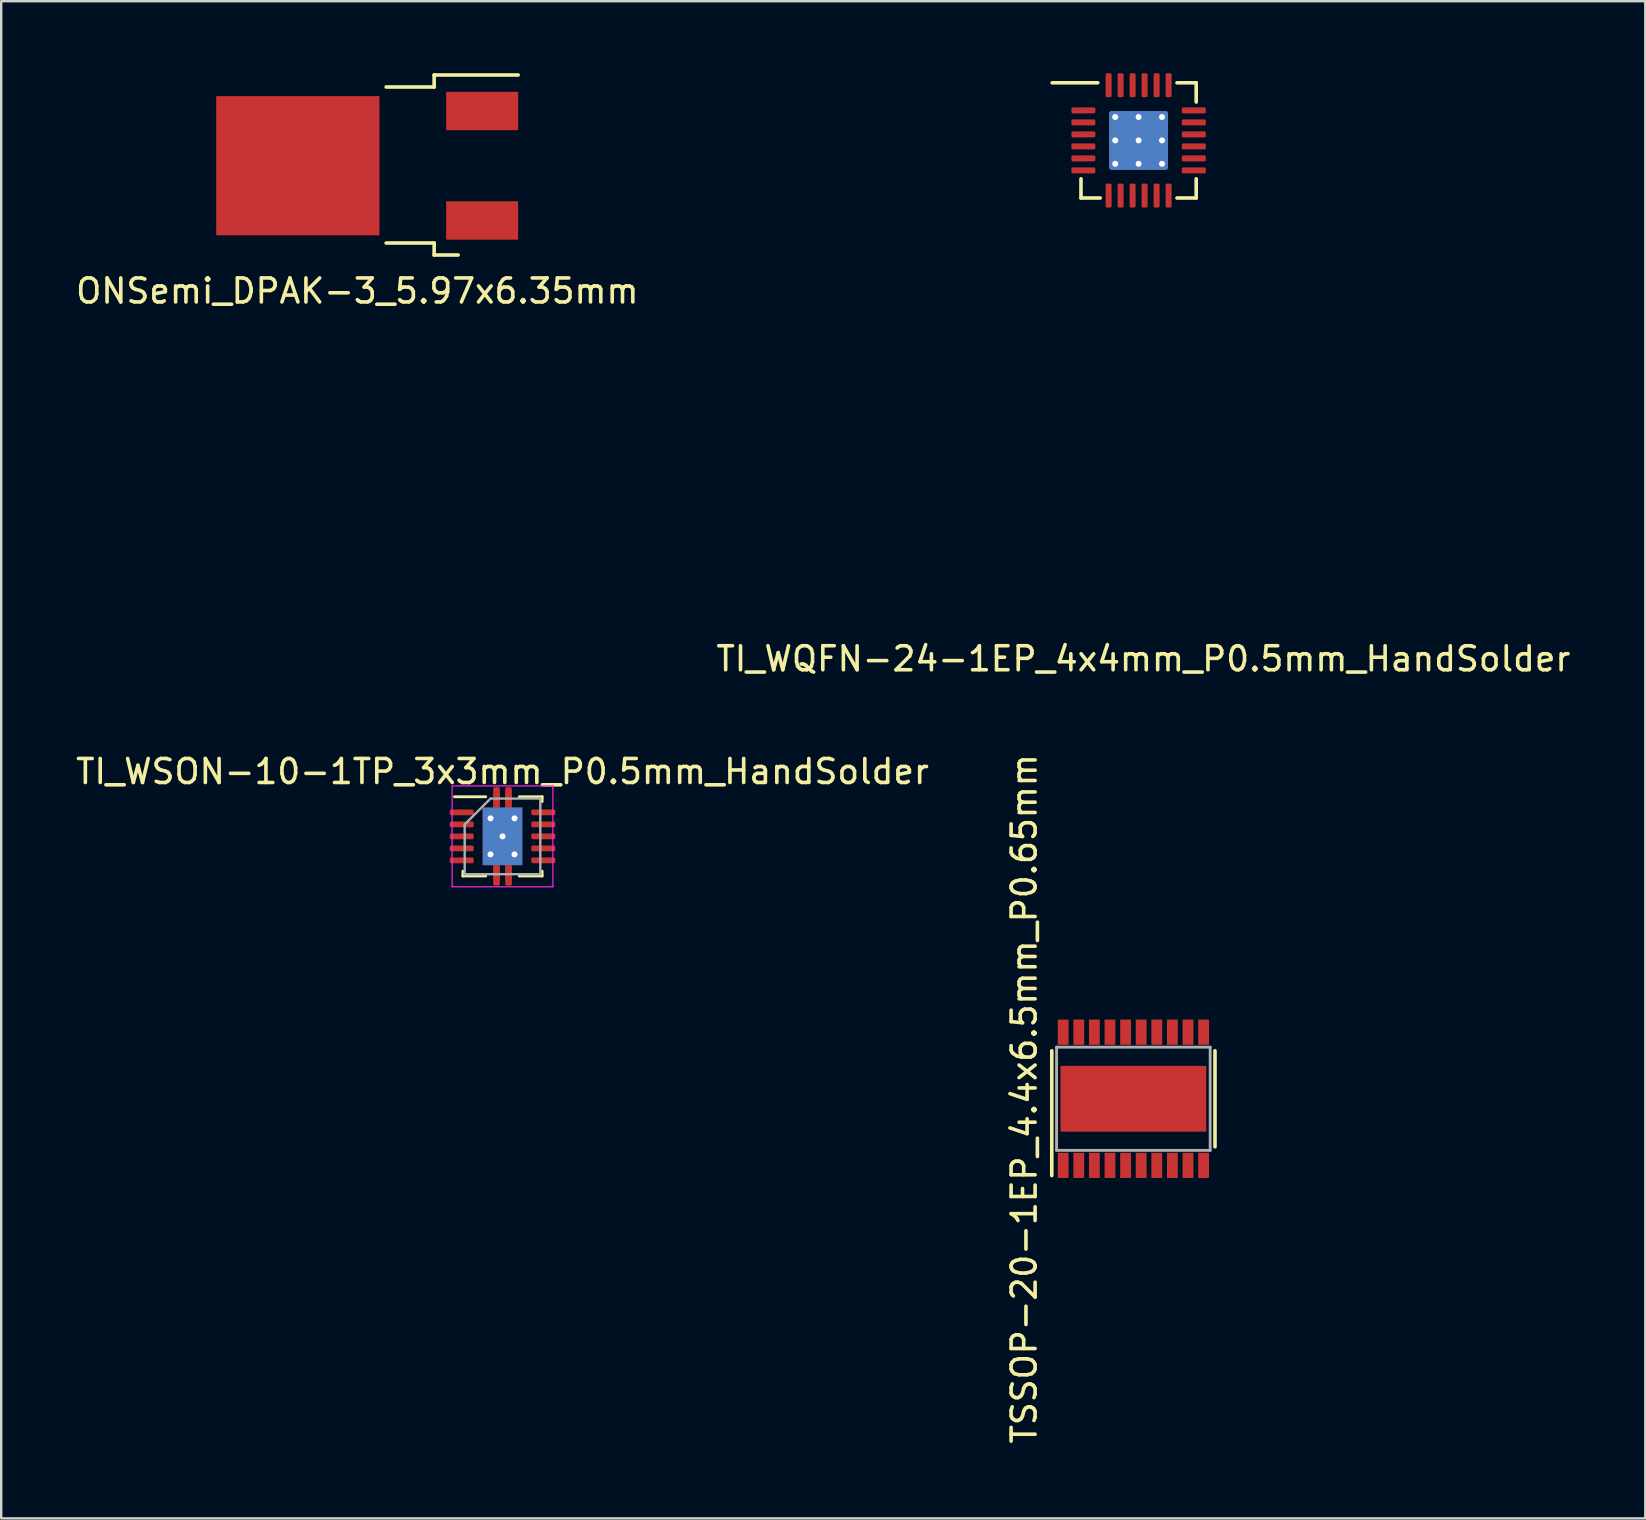
<source format=kicad_pcb>
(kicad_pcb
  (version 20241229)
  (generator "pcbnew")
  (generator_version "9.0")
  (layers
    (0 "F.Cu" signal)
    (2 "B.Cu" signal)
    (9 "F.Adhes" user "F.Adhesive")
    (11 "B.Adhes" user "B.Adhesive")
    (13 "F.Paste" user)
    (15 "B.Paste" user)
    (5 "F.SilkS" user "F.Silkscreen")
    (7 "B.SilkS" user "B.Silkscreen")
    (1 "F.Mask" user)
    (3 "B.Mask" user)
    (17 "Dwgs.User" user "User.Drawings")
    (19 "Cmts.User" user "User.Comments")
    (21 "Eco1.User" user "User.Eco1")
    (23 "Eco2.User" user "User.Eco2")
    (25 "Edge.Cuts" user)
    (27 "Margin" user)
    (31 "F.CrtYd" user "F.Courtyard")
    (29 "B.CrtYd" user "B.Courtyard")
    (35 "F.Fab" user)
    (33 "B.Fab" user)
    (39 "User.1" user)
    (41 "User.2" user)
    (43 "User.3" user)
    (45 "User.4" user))
  (footprint "ONSemi_DPAK-3_5.97x6.35mm"
    (layer "F.Cu")
    (at 17.039 1.575)
    (property "Reference" "ONSemi_DPAK-3_5.97x6.35mm" (at -5.2 7.5 0) (layer "F.SilkS") (effects (font (size 1 1) (thickness 0.15))))
    (attr through_hole)
    (fp_line (start -4 5.5) (end -2 5.5) (stroke (width 0.15) (type solid)) (layer "F.SilkS"))
    (fp_line (start -2 -1.5) (end -2 -1) (stroke (width 0.15) (type solid)) (layer "F.SilkS"))
    (fp_line (start -2 -1) (end -4 -1) (stroke (width 0.15) (type solid)) (layer "F.SilkS"))
    (fp_line (start -2 5.5) (end -2 6) (stroke (width 0.15) (type solid)) (layer "F.SilkS"))
    (fp_line (start -2 6) (end -1 6) (stroke (width 0.15) (type solid)) (layer "F.SilkS"))
    (fp_line (start 1.5 -1.5) (end -2 -1.5) (stroke (width 0.15) (type solid)) (layer "F.SilkS"))
    (pad "1" smd rect (at 0 0) (size 3 1.6) (layers "F.Cu" "F.Mask" "F.Paste"))
    (pad "2" smd rect (at -6 4) (size 3 1.6) (layers "F.Cu" "F.Mask" "F.Paste"))
    (pad "3" smd rect (at 0 4.56) (size 3 1.6) (layers "F.Cu" "F.Mask" "F.Paste"))
    (pad "4" smd rect (at -7.68 2.28) (size 6.8 5.8) (layers "F.Cu" "F.Mask" "F.Paste")))
  (footprint "TI_WQFN-24-1EP_4x4mm_P0.5mm_HandSolder"
    (layer "F.Cu")
    (at 44.389 2.8)
    (property "Reference" "TI_WQFN-24-1EP_4x4mm_P0.5mm_HandSolder" (at 0.2 21.6 0) (layer "F.SilkS") (effects (font (size 1 1) (thickness 0.15))))
    (attr through_hole)
    (fp_line (start -2.4 1.6) (end -2.4 2.4) (stroke (width 0.15) (type solid)) (layer "F.SilkS"))
    (fp_line (start -2.4 2.4) (end -1.6 2.4) (stroke (width 0.15) (type solid)) (layer "F.SilkS"))
    (fp_line (start -1.7 -2.4) (end -3.6 -2.4) (stroke (width 0.15) (type solid)) (layer "F.SilkS"))
    (fp_line (start 1.6 2.4) (end 2.4 2.4) (stroke (width 0.15) (type solid)) (layer "F.SilkS"))
    (fp_line (start 2.4 -2.4) (end 1.6 -2.4) (stroke (width 0.15) (type solid)) (layer "F.SilkS"))
    (fp_line (start 2.4 -1.6) (end 2.4 -2.4) (stroke (width 0.15) (type solid)) (layer "F.SilkS"))
    (fp_line (start 2.4 2.4) (end 2.4 1.6) (stroke (width 0.15) (type solid)) (layer "F.SilkS"))
    (pad "1" smd roundrect (at -2.3 -1.25) (size 1 0.25) (layers "F.Cu" "F.Mask" "F.Paste") (roundrect_rratio 0.25))
    (pad "2" smd roundrect (at -2.3 -0.75) (size 1 0.25) (layers "F.Cu" "F.Mask" "F.Paste") (roundrect_rratio 0.25))
    (pad "3" smd roundrect (at -2.3 -0.25) (size 1 0.25) (layers "F.Cu" "F.Mask" "F.Paste") (roundrect_rratio 0.25))
    (pad "4" smd roundrect (at -2.3 0.25) (size 1 0.25) (layers "F.Cu" "F.Mask" "F.Paste") (roundrect_rratio 0.25))
    (pad "5" smd roundrect (at -2.3 0.75) (size 1 0.25) (layers "F.Cu" "F.Mask" "F.Paste") (roundrect_rratio 0.25))
    (pad "6" smd roundrect (at -2.3 1.25) (size 1 0.25) (layers "F.Cu" "F.Mask" "F.Paste") (roundrect_rratio 0.25))
    (pad "7" smd roundrect (at -1.25 2.3 90) (size 1 0.25) (layers "F.Cu" "F.Mask" "F.Paste") (roundrect_rratio 0.25))
    (pad "8" smd roundrect (at -0.75 2.3 90) (size 1 0.25) (layers "F.Cu" "F.Mask" "F.Paste") (roundrect_rratio 0.25))
    (pad "9" smd roundrect (at -0.25 2.3 90) (size 1 0.25) (layers "F.Cu" "F.Mask" "F.Paste") (roundrect_rratio 0.25))
    (pad "10" smd roundrect (at 0.25 2.3 90) (size 1 0.25) (layers "F.Cu" "F.Mask" "F.Paste") (roundrect_rratio 0.25))
    (pad "11" smd roundrect (at 0.75 2.3 90) (size 1 0.25) (layers "F.Cu" "F.Mask" "F.Paste") (roundrect_rratio 0.25))
    (pad "12" smd roundrect (at 1.25 2.3 90) (size 1 0.25) (layers "F.Cu" "F.Mask" "F.Paste") (roundrect_rratio 0.25))
    (pad "13" smd roundrect (at 2.3 1.25) (size 1 0.25) (layers "F.Cu" "F.Mask" "F.Paste") (roundrect_rratio 0.25))
    (pad "14" smd roundrect (at 2.3 0.75) (size 1 0.25) (layers "F.Cu" "F.Mask" "F.Paste") (roundrect_rratio 0.25))
    (pad "15" smd roundrect (at 2.3 0.25) (size 1 0.25) (layers "F.Cu" "F.Mask" "F.Paste") (roundrect_rratio 0.25))
    (pad "16" smd roundrect (at 2.3 -0.25) (size 1 0.25) (layers "F.Cu" "F.Mask" "F.Paste") (roundrect_rratio 0.25))
    (pad "17" smd roundrect (at 2.3 -0.75) (size 1 0.25) (layers "F.Cu" "F.Mask" "F.Paste") (roundrect_rratio 0.25))
    (pad "18" smd roundrect (at 2.3 -1.25) (size 1 0.25) (layers "F.Cu" "F.Mask" "F.Paste") (roundrect_rratio 0.25))
    (pad "19" smd roundrect (at 1.25 -2.3 90) (size 1 0.25) (layers "F.Cu" "F.Mask" "F.Paste") (roundrect_rratio 0.25))
    (pad "20" smd roundrect (at 0.75 -2.3 90) (size 1 0.25) (layers "F.Cu" "F.Mask" "F.Paste") (roundrect_rratio 0.25))
    (pad "21" smd roundrect (at 0.25 -2.3 90) (size 1 0.25) (layers "F.Cu" "F.Mask" "F.Paste") (roundrect_rratio 0.25))
    (pad "22" smd roundrect (at -0.25 -2.3 90) (size 1 0.25) (layers "F.Cu" "F.Mask" "F.Paste") (roundrect_rratio 0.25))
    (pad "23" smd roundrect (at -0.75 -2.3 90) (size 1 0.25) (layers "F.Cu" "F.Mask" "F.Paste") (roundrect_rratio 0.25))
    (pad "24" smd roundrect (at -1.25 -2.3 90) (size 1 0.25) (layers "F.Cu" "F.Mask" "F.Paste") (roundrect_rratio 0.25))
    (pad "25" thru_hole circle (at -0.975 -0.975 90) (size 0.5 0.5) (drill 0.25) (layers "*.Cu" "*.Mask"))
    (pad "25" thru_hole circle (at -0.975 0 90) (size 0.5 0.5) (drill 0.25) (layers "*.Cu" "*.Mask"))
    (pad "25" thru_hole circle (at -0.975 0.975 90) (size 0.5 0.5) (drill 0.25) (layers "*.Cu" "*.Mask"))
    (pad "25" smd roundrect (at -0.6 -0.6 90) (size 1 1) (layers "F.Cu" "F.Mask" "F.Paste") (roundrect_rratio 0.041))
    (pad "25" smd roundrect (at -0.6 0.6 90) (size 1 1) (layers "F.Cu" "F.Mask" "F.Paste") (roundrect_rratio 0.041))
    (pad "25" thru_hole circle (at 0 -0.975 90) (size 0.5 0.5) (drill 0.25) (layers "*.Cu" "*.Mask"))
    (pad "25" thru_hole circle (at 0 0 90) (size 0.5 0.5) (drill 0.25) (layers "*.Cu" "*.Mask"))
    (pad "25" smd roundrect (at 0 0 90) (size 2.45 2.45) (layers "F.Cu" "F.Mask") (roundrect_rratio 0.041))
    (pad "25" smd roundrect (at 0 0 90) (size 2.45 2.45) (layers "B.Cu" "B.Mask") (roundrect_rratio 0.041))
    (pad "25" thru_hole circle (at 0 0.975 90) (size 0.5 0.5) (drill 0.25) (layers "*.Cu" "*.Mask"))
    (pad "25" smd roundrect (at 0.6 -0.6 90) (size 1 1) (layers "F.Cu" "F.Mask" "F.Paste") (roundrect_rratio 0.041))
    (pad "25" smd roundrect (at 0.6 0.6 90) (size 1 1) (layers "F.Cu" "F.Mask" "F.Paste") (roundrect_rratio 0.041))
    (pad "25" thru_hole circle (at 0.975 -0.975 90) (size 0.5 0.5) (drill 0.25) (layers "*.Cu" "*.Mask"))
    (pad "25" thru_hole circle (at 0.975 0 90) (size 0.5 0.5) (drill 0.25) (layers "*.Cu" "*.Mask"))
    (pad "25" thru_hole circle (at 0.975 0.975 90) (size 0.5 0.5) (drill 0.25) (layers "*.Cu" "*.Mask")))
  (footprint "TSSOP-20-1EP_4.4x6.5mm_P0.65mm"
    (layer "F.Cu")
    (at 44.172 42.73)
    (property "Reference" "TSSOP-20-1EP_4.4x6.5mm_P0.65mm" (at -4.55 0 90) (layer "F.SilkS") (effects (font (size 1 1) (thickness 0.15))))
    (attr through_hole)
    (fp_line (start -3.4 3.2) (end -3.4 -2) (stroke (width 0.15) (type solid)) (layer "F.SilkS"))
    (fp_line (start 3.4 -2) (end 3.4 2) (stroke (width 0.15) (type solid)) (layer "F.SilkS"))
    (fp_line (start -3.2 -2.15) (end 3.2 -2.15) (stroke (width 0.12) (type solid)) (layer "F.Fab"))
    (fp_line (start -3.2 2.15) (end -3.2 -2.15) (stroke (width 0.12) (type solid)) (layer "F.Fab"))
    (fp_line (start 3.2 -2.15) (end 3.2 2.15) (stroke (width 0.12) (type solid)) (layer "F.Fab"))
    (fp_line (start 3.2 2.15) (end -3.2 2.15) (stroke (width 0.12) (type solid)) (layer "F.Fab"))
    (pad "1" smd rect (at -2.925 2.775) (size 0.45 1.05) (layers "F.Cu" "F.Mask" "F.Paste"))
    (pad "2" smd rect (at -2.275 2.775) (size 0.45 1.05) (layers "F.Cu" "F.Mask" "F.Paste"))
    (pad "3" smd rect (at -1.625 2.775) (size 0.45 1.05) (layers "F.Cu" "F.Mask" "F.Paste"))
    (pad "4" smd rect (at -0.975 2.775) (size 0.45 1.05) (layers "F.Cu" "F.Mask" "F.Paste"))
    (pad "5" smd rect (at -0.325 2.775) (size 0.45 1.05) (layers "F.Cu" "F.Mask" "F.Paste"))
    (pad "6" smd rect (at 0.325 2.775) (size 0.45 1.05) (layers "F.Cu" "F.Mask" "F.Paste"))
    (pad "7" smd rect (at 0.975 2.775) (size 0.45 1.05) (layers "F.Cu" "F.Mask" "F.Paste"))
    (pad "8" smd rect (at 1.625 2.775) (size 0.45 1.05) (layers "F.Cu" "F.Mask" "F.Paste"))
    (pad "9" smd rect (at 2.275 2.775) (size 0.45 1.05) (layers "F.Cu" "F.Mask" "F.Paste"))
    (pad "10" smd rect (at 2.925 2.775) (size 0.45 1.05) (layers "F.Cu" "F.Mask" "F.Paste"))
    (pad "11" smd rect (at 2.925 -2.775) (size 0.45 1.05) (layers "F.Cu" "F.Mask" "F.Paste"))
    (pad "12" smd rect (at 2.275 -2.775) (size 0.45 1.05) (layers "F.Cu" "F.Mask" "F.Paste"))
    (pad "13" smd rect (at 1.625 -2.775) (size 0.45 1.05) (layers "F.Cu" "F.Mask" "F.Paste"))
    (pad "14" smd rect (at 0.975 -2.775) (size 0.45 1.05) (layers "F.Cu" "F.Mask" "F.Paste"))
    (pad "15" smd rect (at 0.325 -2.775) (size 0.45 1.05) (layers "F.Cu" "F.Mask" "F.Paste"))
    (pad "16" smd rect (at -0.325 -2.775) (size 0.45 1.05) (layers "F.Cu" "F.Mask" "F.Paste"))
    (pad "17" smd rect (at -0.975 -2.775) (size 0.45 1.05) (layers "F.Cu" "F.Mask" "F.Paste"))
    (pad "18" smd rect (at -1.625 -2.775) (size 0.45 1.05) (layers "F.Cu" "F.Mask" "F.Paste"))
    (pad "19" smd rect (at -2.275 -2.775) (size 0.45 1.05) (layers "F.Cu" "F.Mask" "F.Paste"))
    (pad "20" smd rect (at -2.925 -2.775) (size 0.45 1.05) (layers "F.Cu" "F.Mask" "F.Paste"))
    (pad "21" smd rect (at 0 0) (size 6.07 2.74) (layers "F.Cu" "F.Mask" "F.Paste")))
  (footprint "TI_WSON-10-1TP_3x3mm_P0.5mm_HandSolder"
    (layer "F.Cu")
    (at 17.887 31.797)
    (property "Reference" "TI_WSON-10-1TP_3x3mm_P0.5mm_HandSolder" (at 0 -2.7 0) (layer "F.SilkS") (effects (font (size 1 1) (thickness 0.15))))
    (attr through_hole)
    (fp_line (start -2 -1.65) (end -0.7 -1.65) (stroke (width 0.12) (type solid)) (layer "F.SilkS"))
    (fp_line (start -1.65 1.65) (end -1.65 1.45) (stroke (width 0.12) (type solid)) (layer "F.SilkS"))
    (fp_line (start -1.65 1.65) (end -0.7 1.65) (stroke (width 0.12) (type solid)) (layer "F.SilkS"))
    (fp_line (start 0.7 -1.65) (end 1.65 -1.65) (stroke (width 0.12) (type solid)) (layer "F.SilkS"))
    (fp_line (start 0.7 1.65) (end 1.65 1.65) (stroke (width 0.12) (type solid)) (layer "F.SilkS"))
    (fp_line (start 1.65 -1.45) (end 1.65 -1.65) (stroke (width 0.12) (type solid)) (layer "F.SilkS"))
    (fp_line (start 1.65 1.45) (end 1.65 1.65) (stroke (width 0.12) (type solid)) (layer "F.SilkS"))
    (fp_line (start -2.1 -2.1) (end -2.1 2.1) (stroke (width 0.05) (type solid)) (layer "F.CrtYd"))
    (fp_line (start -2.1 -2.1) (end 2.1 -2.1) (stroke (width 0.05) (type solid)) (layer "F.CrtYd"))
    (fp_line (start -2.1 2.1) (end 2.1 2.1) (stroke (width 0.05) (type solid)) (layer "F.CrtYd"))
    (fp_line (start 2.1 -2.1) (end 2.1 2.1) (stroke (width 0.05) (type solid)) (layer "F.CrtYd"))
    (fp_line (start -1.575 1.575) (end -1.575 -0.5) (stroke (width 0.1) (type solid)) (layer "F.Fab"))
    (fp_line (start -0.5 -1.575) (end -1.575 -0.5) (stroke (width 0.1) (type solid)) (layer "F.Fab"))
    (fp_line (start -0.5 -1.575) (end 1.575 -1.575) (stroke (width 0.1) (type solid)) (layer "F.Fab"))
    (fp_line (start 1.575 -1.575) (end 1.575 1.575) (stroke (width 0.1) (type solid)) (layer "F.Fab"))
    (fp_line (start 1.575 1.575) (end -1.575 1.575) (stroke (width 0.1) (type solid)) (layer "F.Fab"))
    (pad "1" smd roundrect (at -1.7 -1) (size 1 0.24) (layers "F.Cu" "F.Mask" "F.Paste") (roundrect_rratio 0.25))
    (pad "2" smd roundrect (at -1.7 -0.5) (size 1 0.24) (layers "F.Cu" "F.Mask" "F.Paste") (roundrect_rratio 0.25))
    (pad "3" smd roundrect (at -1.7 0) (size 1 0.24) (layers "F.Cu" "F.Mask" "F.Paste") (roundrect_rratio 0.25))
    (pad "4" smd roundrect (at -1.7 0.5) (size 1 0.24) (layers "F.Cu" "F.Mask" "F.Paste") (roundrect_rratio 0.25))
    (pad "5" smd roundrect (at -1.7 1) (size 1 0.24) (layers "F.Cu" "F.Mask" "F.Paste") (roundrect_rratio 0.25))
    (pad "6" smd roundrect (at 1.7 1) (size 1 0.24) (layers "F.Cu" "F.Mask" "F.Paste") (roundrect_rratio 0.25))
    (pad "7" smd roundrect (at 1.7 0.5) (size 1 0.24) (layers "F.Cu" "F.Mask" "F.Paste") (roundrect_rratio 0.25))
    (pad "8" smd roundrect (at 1.7 0) (size 1 0.24) (layers "F.Cu" "F.Mask" "F.Paste") (roundrect_rratio 0.25))
    (pad "9" smd roundrect (at 1.7 -0.5) (size 1 0.24) (layers "F.Cu" "F.Mask" "F.Paste") (roundrect_rratio 0.25))
    (pad "10" smd roundrect (at 1.7 -1) (size 1 0.24) (layers "F.Cu" "F.Mask" "F.Paste") (roundrect_rratio 0.25))
    (pad "11" thru_hole circle (at -0.5 -0.75) (size 0.6 0.6) (drill 0.25) (layers "*.Cu" "*.Mask"))
    (pad "11" thru_hole circle (at -0.5 0.75) (size 0.6 0.6) (drill 0.25) (layers "*.Cu" "*.Mask"))
    (pad "11" smd rect (at -0.45 -0.635) (size 0.68 1.05) (layers "F.Cu" "F.Mask" "F.Paste"))
    (pad "11" smd rect (at -0.45 0.635) (size 0.68 1.05) (layers "F.Cu" "F.Mask" "F.Paste"))
    (pad "11" smd rect (at -0.25 -1.55) (size 0.26 0.5) (layers "F.Cu" "F.Mask" "F.Paste"))
    (pad "11" smd roundrect (at -0.25 -1.55) (size 0.28 1) (layers "F.Cu" "F.Mask") (roundrect_rratio 0.25))
    (pad "11" smd rect (at -0.25 1.55) (size 0.26 0.5) (layers "F.Cu" "F.Mask" "F.Paste"))
    (pad "11" smd roundrect (at -0.25 1.55) (size 0.28 1) (layers "F.Cu" "F.Mask") (roundrect_rratio 0.25))
    (pad "11" smd rect (at -0.001 0) (size 1.65 2.4) (layers "B.Cu" "B.Mask"))
    (pad "11" thru_hole circle (at 0 0) (size 0.6 0.6) (drill 0.25) (layers "*.Cu" "*.Mask"))
    (pad "11" smd rect (at 0 0) (size 1.65 2.4) (layers "F.Cu" "F.Mask"))
    (pad "11" smd rect (at 0.25 -1.55) (size 0.26 0.5) (layers "F.Cu" "F.Mask" "F.Paste"))
    (pad "11" smd roundrect (at 0.25 -1.55) (size 0.28 1) (layers "F.Cu" "F.Mask") (roundrect_rratio 0.25))
    (pad "11" smd rect (at 0.25 1.55) (size 0.26 0.5) (layers "F.Cu" "F.Mask" "F.Paste"))
    (pad "11" smd roundrect (at 0.25 1.55) (size 0.28 1) (layers "F.Cu" "F.Mask") (roundrect_rratio 0.25))
    (pad "11" smd rect (at 0.45 -0.635) (size 0.68 1.05) (layers "F.Cu" "F.Mask" "F.Paste"))
    (pad "11" smd rect (at 0.45 0.635) (size 0.68 1.05) (layers "F.Cu" "F.Mask" "F.Paste"))
    (pad "11" thru_hole circle (at 0.5 -0.75) (size 0.6 0.6) (drill 0.25) (layers "*.Cu" "*.Mask"))
    (pad "11" thru_hole circle (at 0.5 0.75) (size 0.6 0.6) (drill 0.25) (layers "*.Cu" "*.Mask")))
  (gr_rect
    (start -3 -3)
    (end 65.5 60.213)
    (stroke (width 0.1) (type default))
    (fill no)
    (layer "Edge.Cuts")))
</source>
